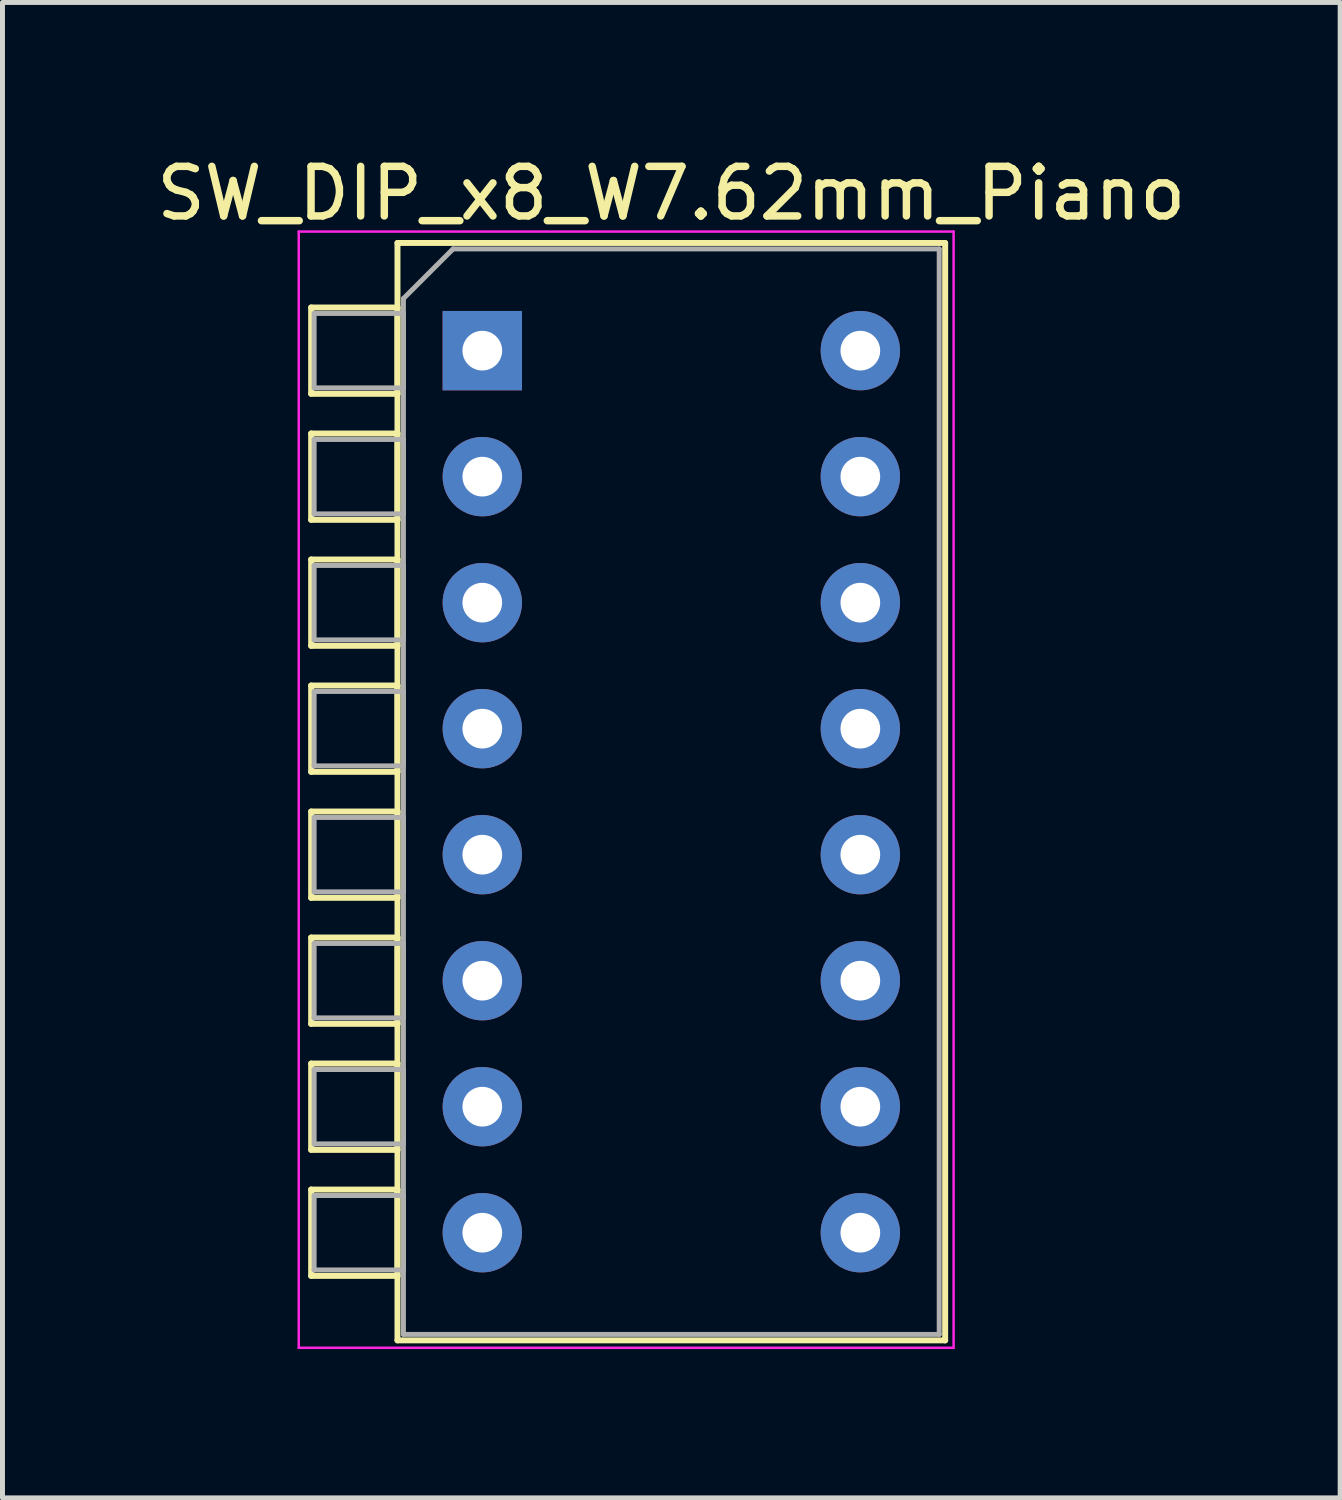
<source format=kicad_pcb>
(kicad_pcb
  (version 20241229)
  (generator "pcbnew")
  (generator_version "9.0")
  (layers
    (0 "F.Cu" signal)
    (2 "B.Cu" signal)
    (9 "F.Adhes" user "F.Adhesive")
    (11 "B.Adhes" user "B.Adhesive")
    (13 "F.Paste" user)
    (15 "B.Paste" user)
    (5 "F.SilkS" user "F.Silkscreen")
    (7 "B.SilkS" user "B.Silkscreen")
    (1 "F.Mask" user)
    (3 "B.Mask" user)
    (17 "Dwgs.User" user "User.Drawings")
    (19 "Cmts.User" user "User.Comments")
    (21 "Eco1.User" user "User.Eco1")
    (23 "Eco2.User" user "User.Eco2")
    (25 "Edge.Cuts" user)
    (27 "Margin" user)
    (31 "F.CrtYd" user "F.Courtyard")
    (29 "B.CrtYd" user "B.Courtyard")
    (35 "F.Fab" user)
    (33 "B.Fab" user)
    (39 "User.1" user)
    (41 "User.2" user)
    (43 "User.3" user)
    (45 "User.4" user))
  (footprint "SW_DIP_x8_W7.62mm_Piano"
    (layer "F.Cu")
    (at 6.672 4.018)
    (property "Reference" "SW_DIP_x8_W7.62mm_Piano" (at 3.81 -3.17 0) (layer "F.SilkS") (effects (font (size 1 1) (thickness 0.15))))
    (attr through_hole)
    (fp_line (start -3.45 -0.87) (end -3.45 0.87) (stroke (width 0.12) (type solid)) (layer "F.SilkS"))
    (fp_line (start -3.45 0.87) (end -1.71 0.87) (stroke (width 0.12) (type solid)) (layer "F.SilkS"))
    (fp_line (start -3.45 1.67) (end -3.45 3.41) (stroke (width 0.12) (type solid)) (layer "F.SilkS"))
    (fp_line (start -3.45 3.41) (end -1.71 3.41) (stroke (width 0.12) (type solid)) (layer "F.SilkS"))
    (fp_line (start -3.45 4.21) (end -3.45 5.95) (stroke (width 0.12) (type solid)) (layer "F.SilkS"))
    (fp_line (start -3.45 5.95) (end -1.71 5.95) (stroke (width 0.12) (type solid)) (layer "F.SilkS"))
    (fp_line (start -3.45 6.75) (end -3.45 8.49) (stroke (width 0.12) (type solid)) (layer "F.SilkS"))
    (fp_line (start -3.45 8.49) (end -1.71 8.49) (stroke (width 0.12) (type solid)) (layer "F.SilkS"))
    (fp_line (start -3.45 9.29) (end -3.45 11.03) (stroke (width 0.12) (type solid)) (layer "F.SilkS"))
    (fp_line (start -3.45 11.03) (end -1.71 11.03) (stroke (width 0.12) (type solid)) (layer "F.SilkS"))
    (fp_line (start -3.45 11.83) (end -3.45 13.57) (stroke (width 0.12) (type solid)) (layer "F.SilkS"))
    (fp_line (start -3.45 13.57) (end -1.71 13.57) (stroke (width 0.12) (type solid)) (layer "F.SilkS"))
    (fp_line (start -3.45 14.37) (end -3.45 16.11) (stroke (width 0.12) (type solid)) (layer "F.SilkS"))
    (fp_line (start -3.45 16.11) (end -1.71 16.11) (stroke (width 0.12) (type solid)) (layer "F.SilkS"))
    (fp_line (start -3.45 16.91) (end -3.45 18.65) (stroke (width 0.12) (type solid)) (layer "F.SilkS"))
    (fp_line (start -3.45 18.65) (end -1.71 18.65) (stroke (width 0.12) (type solid)) (layer "F.SilkS"))
    (fp_line (start -1.71 -2.17) (end 9.33 -2.17) (stroke (width 0.12) (type solid)) (layer "F.SilkS"))
    (fp_line (start -1.71 -0.87) (end -3.45 -0.87) (stroke (width 0.12) (type solid)) (layer "F.SilkS"))
    (fp_line (start -1.71 0.87) (end -1.71 -0.87) (stroke (width 0.12) (type solid)) (layer "F.SilkS"))
    (fp_line (start -1.71 1.67) (end -3.45 1.67) (stroke (width 0.12) (type solid)) (layer "F.SilkS"))
    (fp_line (start -1.71 3.41) (end -1.71 1.67) (stroke (width 0.12) (type solid)) (layer "F.SilkS"))
    (fp_line (start -1.71 4.21) (end -3.45 4.21) (stroke (width 0.12) (type solid)) (layer "F.SilkS"))
    (fp_line (start -1.71 5.95) (end -1.71 4.21) (stroke (width 0.12) (type solid)) (layer "F.SilkS"))
    (fp_line (start -1.71 6.75) (end -3.45 6.75) (stroke (width 0.12) (type solid)) (layer "F.SilkS"))
    (fp_line (start -1.71 8.49) (end -1.71 6.75) (stroke (width 0.12) (type solid)) (layer "F.SilkS"))
    (fp_line (start -1.71 9.29) (end -3.45 9.29) (stroke (width 0.12) (type solid)) (layer "F.SilkS"))
    (fp_line (start -1.71 11.03) (end -1.71 9.29) (stroke (width 0.12) (type solid)) (layer "F.SilkS"))
    (fp_line (start -1.71 11.83) (end -3.45 11.83) (stroke (width 0.12) (type solid)) (layer "F.SilkS"))
    (fp_line (start -1.71 13.57) (end -1.71 11.83) (stroke (width 0.12) (type solid)) (layer "F.SilkS"))
    (fp_line (start -1.71 14.37) (end -3.45 14.37) (stroke (width 0.12) (type solid)) (layer "F.SilkS"))
    (fp_line (start -1.71 16.11) (end -1.71 14.37) (stroke (width 0.12) (type solid)) (layer "F.SilkS"))
    (fp_line (start -1.71 16.91) (end -3.45 16.91) (stroke (width 0.12) (type solid)) (layer "F.SilkS"))
    (fp_line (start -1.71 18.65) (end -1.71 16.91) (stroke (width 0.12) (type solid)) (layer "F.SilkS"))
    (fp_line (start -1.71 19.95) (end -1.71 -2.17) (stroke (width 0.12) (type solid)) (layer "F.SilkS"))
    (fp_line (start 9.33 -2.17) (end 9.33 19.95) (stroke (width 0.12) (type solid)) (layer "F.SilkS"))
    (fp_line (start 9.33 19.95) (end -1.71 19.95) (stroke (width 0.12) (type solid)) (layer "F.SilkS"))
    (fp_line (start -3.7 -2.4) (end -3.7 20.1) (stroke (width 0.05) (type solid)) (layer "F.CrtYd"))
    (fp_line (start -3.7 20.1) (end 9.5 20.1) (stroke (width 0.05) (type solid)) (layer "F.CrtYd"))
    (fp_line (start 9.5 -2.4) (end -3.7 -2.4) (stroke (width 0.05) (type solid)) (layer "F.CrtYd"))
    (fp_line (start 9.5 20.1) (end 9.5 -2.4) (stroke (width 0.05) (type solid)) (layer "F.CrtYd"))
    (fp_line (start -3.39 -0.75) (end -1.59 -0.75) (stroke (width 0.1) (type solid)) (layer "F.Fab"))
    (fp_line (start -3.39 0.75) (end -3.39 -0.75) (stroke (width 0.1) (type solid)) (layer "F.Fab"))
    (fp_line (start -3.39 1.79) (end -1.59 1.79) (stroke (width 0.1) (type solid)) (layer "F.Fab"))
    (fp_line (start -3.39 3.29) (end -3.39 1.79) (stroke (width 0.1) (type solid)) (layer "F.Fab"))
    (fp_line (start -3.39 4.33) (end -1.59 4.33) (stroke (width 0.1) (type solid)) (layer "F.Fab"))
    (fp_line (start -3.39 5.83) (end -3.39 4.33) (stroke (width 0.1) (type solid)) (layer "F.Fab"))
    (fp_line (start -3.39 6.87) (end -1.59 6.87) (stroke (width 0.1) (type solid)) (layer "F.Fab"))
    (fp_line (start -3.39 8.37) (end -3.39 6.87) (stroke (width 0.1) (type solid)) (layer "F.Fab"))
    (fp_line (start -3.39 9.41) (end -1.59 9.41) (stroke (width 0.1) (type solid)) (layer "F.Fab"))
    (fp_line (start -3.39 10.91) (end -3.39 9.41) (stroke (width 0.1) (type solid)) (layer "F.Fab"))
    (fp_line (start -3.39 11.95) (end -1.59 11.95) (stroke (width 0.1) (type solid)) (layer "F.Fab"))
    (fp_line (start -3.39 13.45) (end -3.39 11.95) (stroke (width 0.1) (type solid)) (layer "F.Fab"))
    (fp_line (start -3.39 14.49) (end -1.59 14.49) (stroke (width 0.1) (type solid)) (layer "F.Fab"))
    (fp_line (start -3.39 15.99) (end -3.39 14.49) (stroke (width 0.1) (type solid)) (layer "F.Fab"))
    (fp_line (start -3.39 17.03) (end -1.59 17.03) (stroke (width 0.1) (type solid)) (layer "F.Fab"))
    (fp_line (start -3.39 18.53) (end -3.39 17.03) (stroke (width 0.1) (type solid)) (layer "F.Fab"))
    (fp_line (start -1.59 -1.05) (end -0.59 -2.05) (stroke (width 0.1) (type solid)) (layer "F.Fab"))
    (fp_line (start -1.59 -0.75) (end -1.59 0.75) (stroke (width 0.1) (type solid)) (layer "F.Fab"))
    (fp_line (start -1.59 0.75) (end -3.39 0.75) (stroke (width 0.1) (type solid)) (layer "F.Fab"))
    (fp_line (start -1.59 1.79) (end -1.59 3.29) (stroke (width 0.1) (type solid)) (layer "F.Fab"))
    (fp_line (start -1.59 3.29) (end -3.39 3.29) (stroke (width 0.1) (type solid)) (layer "F.Fab"))
    (fp_line (start -1.59 4.33) (end -1.59 5.83) (stroke (width 0.1) (type solid)) (layer "F.Fab"))
    (fp_line (start -1.59 5.83) (end -3.39 5.83) (stroke (width 0.1) (type solid)) (layer "F.Fab"))
    (fp_line (start -1.59 6.87) (end -1.59 8.37) (stroke (width 0.1) (type solid)) (layer "F.Fab"))
    (fp_line (start -1.59 8.37) (end -3.39 8.37) (stroke (width 0.1) (type solid)) (layer "F.Fab"))
    (fp_line (start -1.59 9.41) (end -1.59 10.91) (stroke (width 0.1) (type solid)) (layer "F.Fab"))
    (fp_line (start -1.59 10.91) (end -3.39 10.91) (stroke (width 0.1) (type solid)) (layer "F.Fab"))
    (fp_line (start -1.59 11.95) (end -1.59 13.45) (stroke (width 0.1) (type solid)) (layer "F.Fab"))
    (fp_line (start -1.59 13.45) (end -3.39 13.45) (stroke (width 0.1) (type solid)) (layer "F.Fab"))
    (fp_line (start -1.59 14.49) (end -1.59 15.99) (stroke (width 0.1) (type solid)) (layer "F.Fab"))
    (fp_line (start -1.59 15.99) (end -3.39 15.99) (stroke (width 0.1) (type solid)) (layer "F.Fab"))
    (fp_line (start -1.59 17.03) (end -1.59 18.53) (stroke (width 0.1) (type solid)) (layer "F.Fab"))
    (fp_line (start -1.59 18.53) (end -3.39 18.53) (stroke (width 0.1) (type solid)) (layer "F.Fab"))
    (fp_line (start -1.59 19.83) (end -1.59 -1.05) (stroke (width 0.1) (type solid)) (layer "F.Fab"))
    (fp_line (start -0.59 -2.05) (end 9.21 -2.05) (stroke (width 0.1) (type solid)) (layer "F.Fab"))
    (fp_line (start 9.21 -2.05) (end 9.21 19.83) (stroke (width 0.1) (type solid)) (layer "F.Fab"))
    (fp_line (start 9.21 19.83) (end -1.59 19.83) (stroke (width 0.1) (type solid)) (layer "F.Fab"))
    (pad "1" thru_hole rect (at 0 0) (size 1.6 1.6) (drill 0.8) (layers "*.Cu" "*.Mask"))
    (pad "2" thru_hole oval (at 0 2.54) (size 1.6 1.6) (drill 0.8) (layers "*.Cu" "*.Mask"))
    (pad "3" thru_hole oval (at 0 5.08) (size 1.6 1.6) (drill 0.8) (layers "*.Cu" "*.Mask"))
    (pad "4" thru_hole oval (at 0 7.62) (size 1.6 1.6) (drill 0.8) (layers "*.Cu" "*.Mask"))
    (pad "5" thru_hole oval (at 0 10.16) (size 1.6 1.6) (drill 0.8) (layers "*.Cu" "*.Mask"))
    (pad "6" thru_hole oval (at 0 12.7) (size 1.6 1.6) (drill 0.8) (layers "*.Cu" "*.Mask"))
    (pad "7" thru_hole oval (at 0 15.24) (size 1.6 1.6) (drill 0.8) (layers "*.Cu" "*.Mask"))
    (pad "8" thru_hole oval (at 0 17.78) (size 1.6 1.6) (drill 0.8) (layers "*.Cu" "*.Mask"))
    (pad "9" thru_hole oval (at 7.62 17.78) (size 1.6 1.6) (drill 0.8) (layers "*.Cu" "*.Mask"))
    (pad "10" thru_hole oval (at 7.62 15.24) (size 1.6 1.6) (drill 0.8) (layers "*.Cu" "*.Mask"))
    (pad "11" thru_hole oval (at 7.62 12.7) (size 1.6 1.6) (drill 0.8) (layers "*.Cu" "*.Mask"))
    (pad "12" thru_hole oval (at 7.62 10.16) (size 1.6 1.6) (drill 0.8) (layers "*.Cu" "*.Mask"))
    (pad "13" thru_hole oval (at 7.62 7.62) (size 1.6 1.6) (drill 0.8) (layers "*.Cu" "*.Mask"))
    (pad "14" thru_hole oval (at 7.62 5.08) (size 1.6 1.6) (drill 0.8) (layers "*.Cu" "*.Mask"))
    (pad "15" thru_hole oval (at 7.62 2.54) (size 1.6 1.6) (drill 0.8) (layers "*.Cu" "*.Mask"))
    (pad "16" thru_hole oval (at 7.62 0) (size 1.6 1.6) (drill 0.8) (layers "*.Cu" "*.Mask")))
  (gr_rect
    (start -3 -3)
    (end 23.964 27.143)
    (stroke (width 0.1) (type default))
    (fill no)
    (layer "Edge.Cuts")))
</source>
